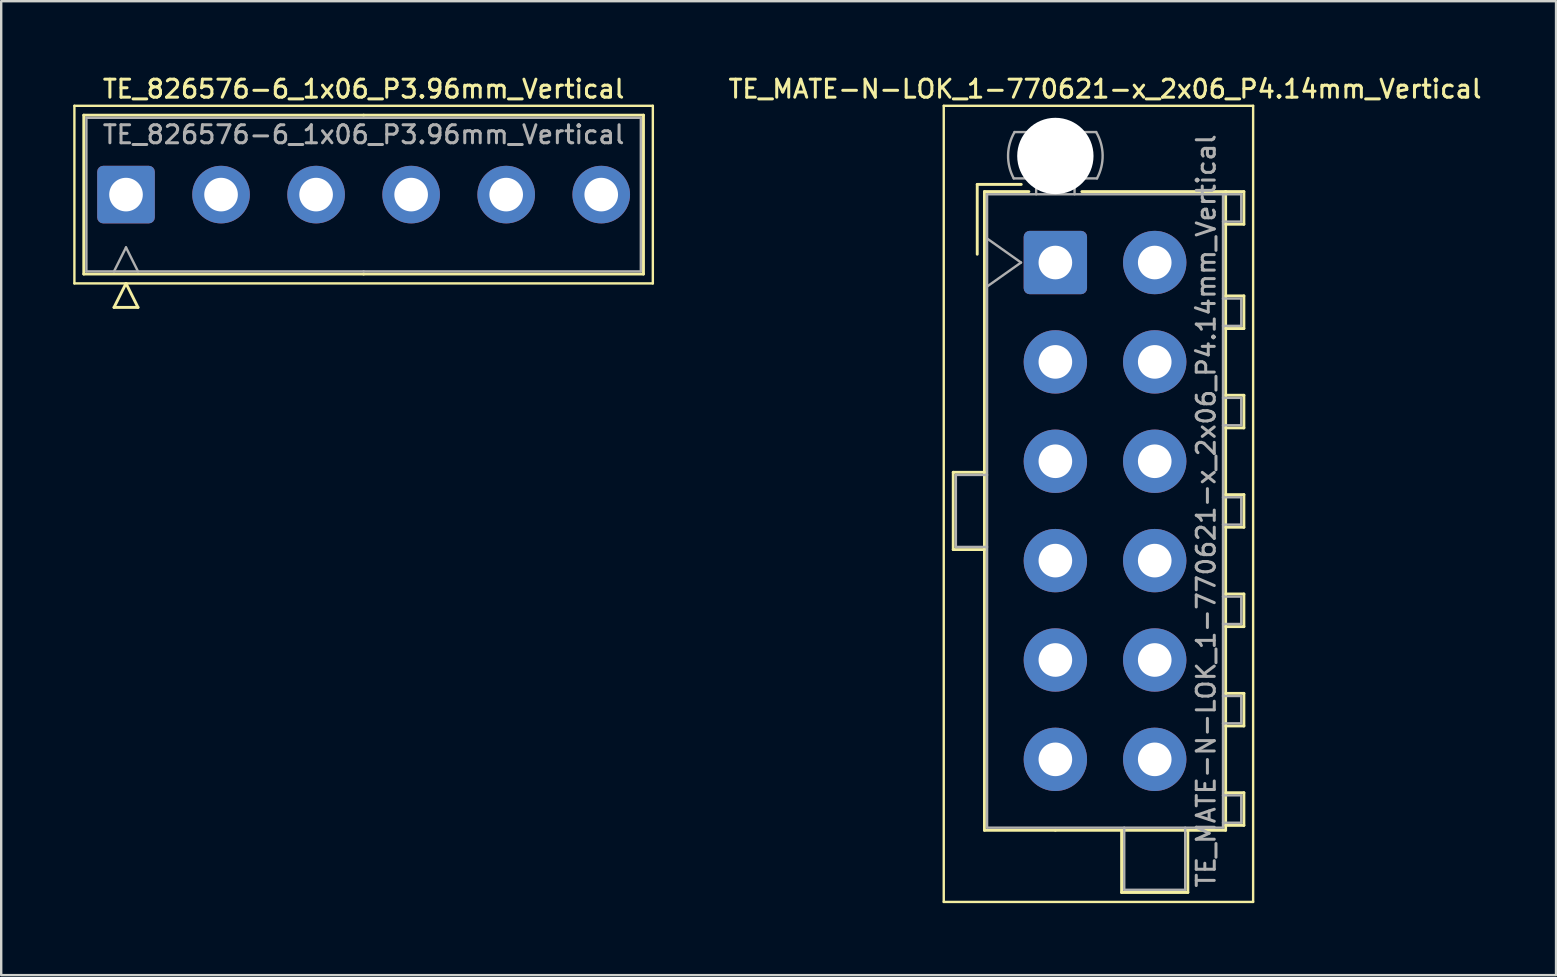
<source format=kicad_pcb>
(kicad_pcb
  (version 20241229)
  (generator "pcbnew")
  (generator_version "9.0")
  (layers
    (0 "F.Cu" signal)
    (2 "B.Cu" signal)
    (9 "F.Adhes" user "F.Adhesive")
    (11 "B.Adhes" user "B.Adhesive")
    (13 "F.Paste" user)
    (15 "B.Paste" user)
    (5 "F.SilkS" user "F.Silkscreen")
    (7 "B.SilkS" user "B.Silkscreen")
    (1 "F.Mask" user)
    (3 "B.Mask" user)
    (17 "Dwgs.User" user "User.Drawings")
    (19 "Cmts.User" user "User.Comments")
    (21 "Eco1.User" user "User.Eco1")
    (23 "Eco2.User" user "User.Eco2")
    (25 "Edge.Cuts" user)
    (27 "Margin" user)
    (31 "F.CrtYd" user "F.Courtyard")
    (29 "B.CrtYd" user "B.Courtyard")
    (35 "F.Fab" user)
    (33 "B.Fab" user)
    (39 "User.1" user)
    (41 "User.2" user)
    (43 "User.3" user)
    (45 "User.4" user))
  (footprint "TE_826576-6_1x06_P3.96mm_Vertical"
    (layer "F.Cu")
    (at 2.2 5.058)
    (property "Reference" "TE_826576-6_1x06_P3.96mm_Vertical" (at 9.9 -4.4 0) (layer "F.SilkS") (effects (font (size 0.75 0.75) (thickness 0.125))))
    (attr through_hole)
    (fp_line (start -2.15 -3.7) (end -2.15 3.7) (stroke (width 0.1) (type solid)) (layer "F.SilkS"))
    (fp_line (start -2.15 3.7) (end 21.95 3.7) (stroke (width 0.1) (type solid)) (layer "F.SilkS"))
    (fp_line (start -1.76 -3.31) (end -1.76 3.31) (stroke (width 0.12) (type solid)) (layer "F.SilkS"))
    (fp_line (start -1.76 3.31) (end 9.9 3.31) (stroke (width 0.12) (type solid)) (layer "F.SilkS"))
    (fp_line (start -0.5 4.7) (end 0 3.7) (stroke (width 0.12) (type solid)) (layer "F.SilkS"))
    (fp_line (start 0 3.7) (end 0.5 4.7) (stroke (width 0.12) (type solid)) (layer "F.SilkS"))
    (fp_line (start 0.5 4.7) (end -0.5 4.7) (stroke (width 0.12) (type solid)) (layer "F.SilkS"))
    (fp_line (start 9.9 -3.31) (end -1.76 -3.31) (stroke (width 0.12) (type solid)) (layer "F.SilkS"))
    (fp_line (start 9.9 -3.31) (end 21.56 -3.31) (stroke (width 0.12) (type solid)) (layer "F.SilkS"))
    (fp_line (start 21.56 -3.31) (end 21.56 3.31) (stroke (width 0.12) (type solid)) (layer "F.SilkS"))
    (fp_line (start 21.56 3.31) (end 9.9 3.31) (stroke (width 0.12) (type solid)) (layer "F.SilkS"))
    (fp_line (start 21.95 -3.7) (end -2.15 -3.7) (stroke (width 0.1) (type solid)) (layer "F.SilkS"))
    (fp_line (start 21.95 3.7) (end 21.95 -3.7) (stroke (width 0.1) (type solid)) (layer "F.SilkS"))
    (fp_line (start -1.65 -3.2) (end -1.65 3.2) (stroke (width 0.1) (type solid)) (layer "F.Fab"))
    (fp_line (start -1.65 3.2) (end 9.9 3.2) (stroke (width 0.1) (type solid)) (layer "F.Fab"))
    (fp_line (start -0.5 3.2) (end 0 2.2) (stroke (width 0.1) (type solid)) (layer "F.Fab"))
    (fp_line (start 0 2.2) (end 0.5 3.2) (stroke (width 0.1) (type solid)) (layer "F.Fab"))
    (fp_line (start 9.9 -3.2) (end -1.65 -3.2) (stroke (width 0.1) (type solid)) (layer "F.Fab"))
    (fp_line (start 9.9 -3.2) (end 21.45 -3.2) (stroke (width 0.1) (type solid)) (layer "F.Fab"))
    (fp_line (start 21.45 -3.2) (end 21.45 3.2) (stroke (width 0.1) (type solid)) (layer "F.Fab"))
    (fp_line (start 21.45 3.2) (end 9.9 3.2) (stroke (width 0.1) (type solid)) (layer "F.Fab"))
    (fp_text user "${REFERENCE}" (at 9.9 -2.5 0) (layer "F.Fab") (effects (font (size 0.75 0.75) (thickness 0.125))))
    (pad "1" thru_hole roundrect (at 0 0) (size 2.4 2.4) (drill 1.4) (layers "*.Cu" "*.Mask") (roundrect_rratio 0.104))
    (pad "2" thru_hole circle (at 3.96 0) (size 2.4 2.4) (drill 1.4) (layers "*.Cu" "*.Mask"))
    (pad "3" thru_hole circle (at 7.92 0) (size 2.4 2.4) (drill 1.4) (layers "*.Cu" "*.Mask"))
    (pad "4" thru_hole circle (at 11.88 0) (size 2.4 2.4) (drill 1.4) (layers "*.Cu" "*.Mask"))
    (pad "5" thru_hole circle (at 15.84 0) (size 2.4 2.4) (drill 1.4) (layers "*.Cu" "*.Mask"))
    (pad "6" thru_hole circle (at 19.8 0) (size 2.4 2.4) (drill 1.4) (layers "*.Cu" "*.Mask")))
  (footprint "TE_MATE-N-LOK_1-770621-x_2x06_P4.14mm_Vertical"
    (layer "F.Cu")
    (at 40.921 7.888)
    (property "Reference" "TE_MATE-N-LOK_1-770621-x_2x06_P4.14mm_Vertical" (at 2.07 -7.23 0) (layer "F.SilkS") (effects (font (size 0.75 0.75) (thickness 0.125))))
    (attr through_hole)
    (fp_line (start -4.65 -6.53) (end -4.65 26.64) (stroke (width 0.1) (type solid)) (layer "F.SilkS"))
    (fp_line (start -4.65 26.64) (end 8.24 26.64) (stroke (width 0.1) (type solid)) (layer "F.SilkS"))
    (fp_line (start -4.255 8.74) (end -4.255 11.96) (stroke (width 0.12) (type solid)) (layer "F.SilkS"))
    (fp_line (start -4.255 11.96) (end -2.955 11.96) (stroke (width 0.12) (type solid)) (layer "F.SilkS"))
    (fp_line (start -3.255 -3.255) (end -3.255 -0.345) (stroke (width 0.12) (type solid)) (layer "F.SilkS"))
    (fp_line (start -2.955 -2.955) (end -2.955 23.655) (stroke (width 0.12) (type solid)) (layer "F.SilkS"))
    (fp_line (start -2.955 8.74) (end -4.255 8.74) (stroke (width 0.12) (type solid)) (layer "F.SilkS"))
    (fp_line (start -2.955 23.655) (end 0 23.655) (stroke (width 0.12) (type solid)) (layer "F.SilkS"))
    (fp_line (start -1.421 -3.255) (end -3.255 -3.255) (stroke (width 0.12) (type solid)) (layer "F.SilkS"))
    (fp_line (start -1.103 -2.955) (end -2.955 -2.955) (stroke (width 0.12) (type solid)) (layer "F.SilkS"))
    (fp_line (start 1.103 -2.955) (end 7.095 -2.955) (stroke (width 0.12) (type solid)) (layer "F.SilkS"))
    (fp_line (start 2.76 23.655) (end 2.76 26.246) (stroke (width 0.12) (type solid)) (layer "F.SilkS"))
    (fp_line (start 2.76 26.246) (end 5.52 26.246) (stroke (width 0.12) (type solid)) (layer "F.SilkS"))
    (fp_line (start 5.52 26.246) (end 5.52 23.655) (stroke (width 0.12) (type solid)) (layer "F.SilkS"))
    (fp_line (start 7.095 -2.955) (end 7.095 23.655) (stroke (width 0.12) (type solid)) (layer "F.SilkS"))
    (fp_line (start 7.095 -2.955) (end 7.855 -2.955) (stroke (width 0.12) (type solid)) (layer "F.SilkS"))
    (fp_line (start 7.095 1.39) (end 7.855 1.39) (stroke (width 0.12) (type solid)) (layer "F.SilkS"))
    (fp_line (start 7.095 5.53) (end 7.855 5.53) (stroke (width 0.12) (type solid)) (layer "F.SilkS"))
    (fp_line (start 7.095 9.67) (end 7.855 9.67) (stroke (width 0.12) (type solid)) (layer "F.SilkS"))
    (fp_line (start 7.095 13.81) (end 7.855 13.81) (stroke (width 0.12) (type solid)) (layer "F.SilkS"))
    (fp_line (start 7.095 17.95) (end 7.855 17.95) (stroke (width 0.12) (type solid)) (layer "F.SilkS"))
    (fp_line (start 7.095 22.09) (end 7.855 22.09) (stroke (width 0.12) (type solid)) (layer "F.SilkS"))
    (fp_line (start 7.095 23.655) (end 0 23.655) (stroke (width 0.12) (type solid)) (layer "F.SilkS"))
    (fp_line (start 7.855 -2.955) (end 7.855 -1.595) (stroke (width 0.12) (type solid)) (layer "F.SilkS"))
    (fp_line (start 7.855 -1.595) (end 7.095 -1.595) (stroke (width 0.12) (type solid)) (layer "F.SilkS"))
    (fp_line (start 7.855 1.39) (end 7.855 2.75) (stroke (width 0.12) (type solid)) (layer "F.SilkS"))
    (fp_line (start 7.855 2.75) (end 7.095 2.75) (stroke (width 0.12) (type solid)) (layer "F.SilkS"))
    (fp_line (start 7.855 5.53) (end 7.855 6.89) (stroke (width 0.12) (type solid)) (layer "F.SilkS"))
    (fp_line (start 7.855 6.89) (end 7.095 6.89) (stroke (width 0.12) (type solid)) (layer "F.SilkS"))
    (fp_line (start 7.855 9.67) (end 7.855 11.03) (stroke (width 0.12) (type solid)) (layer "F.SilkS"))
    (fp_line (start 7.855 11.03) (end 7.095 11.03) (stroke (width 0.12) (type solid)) (layer "F.SilkS"))
    (fp_line (start 7.855 13.81) (end 7.855 15.17) (stroke (width 0.12) (type solid)) (layer "F.SilkS"))
    (fp_line (start 7.855 15.17) (end 7.095 15.17) (stroke (width 0.12) (type solid)) (layer "F.SilkS"))
    (fp_line (start 7.855 17.95) (end 7.855 19.31) (stroke (width 0.12) (type solid)) (layer "F.SilkS"))
    (fp_line (start 7.855 19.31) (end 7.095 19.31) (stroke (width 0.12) (type solid)) (layer "F.SilkS"))
    (fp_line (start 7.855 22.09) (end 7.855 23.45) (stroke (width 0.12) (type solid)) (layer "F.SilkS"))
    (fp_line (start 7.855 23.45) (end 7.095 23.45) (stroke (width 0.12) (type solid)) (layer "F.SilkS"))
    (fp_line (start 8.24 -6.53) (end -4.65 -6.53) (stroke (width 0.1) (type solid)) (layer "F.SilkS"))
    (fp_line (start 8.24 26.64) (end 8.24 -6.53) (stroke (width 0.1) (type solid)) (layer "F.SilkS"))
    (fp_line (start -4.145 8.85) (end -4.145 11.85) (stroke (width 0.1) (type solid)) (layer "F.Fab"))
    (fp_line (start -4.145 11.85) (end -2.845 11.85) (stroke (width 0.1) (type solid)) (layer "F.Fab"))
    (fp_line (start -2.845 -2.845) (end -2.845 23.545) (stroke (width 0.1) (type solid)) (layer "F.Fab"))
    (fp_line (start -2.845 -1) (end -1.431 0) (stroke (width 0.1) (type solid)) (layer "F.Fab"))
    (fp_line (start -2.845 8.85) (end -4.145 8.85) (stroke (width 0.1) (type solid)) (layer "F.Fab"))
    (fp_line (start -2.845 23.545) (end 6.985 23.545) (stroke (width 0.1) (type solid)) (layer "F.Fab"))
    (fp_line (start -1.431 0) (end -2.845 1) (stroke (width 0.1) (type solid)) (layer "F.Fab"))
    (fp_line (start -0.8 -2.845) (end -0.8 -3.505) (stroke (width 0.1) (type solid)) (layer "F.Fab"))
    (fp_line (start 0.8 -2.845) (end 0.8 -3.505) (stroke (width 0.1) (type solid)) (layer "F.Fab"))
    (fp_line (start 1.7 -5.436) (end -1.7 -5.436) (stroke (width 0.1) (type solid)) (layer "F.Fab"))
    (fp_line (start 1.734 -3.505) (end -1.734 -3.505) (stroke (width 0.1) (type solid)) (layer "F.Fab"))
    (fp_line (start 2.87 23.545) (end 2.87 26.136) (stroke (width 0.1) (type solid)) (layer "F.Fab"))
    (fp_line (start 2.87 26.136) (end 5.41 26.136) (stroke (width 0.1) (type solid)) (layer "F.Fab"))
    (fp_line (start 5.41 26.136) (end 5.41 23.545) (stroke (width 0.1) (type solid)) (layer "F.Fab"))
    (fp_line (start 6.985 -2.845) (end -2.845 -2.845) (stroke (width 0.1) (type solid)) (layer "F.Fab"))
    (fp_line (start 6.985 -2.845) (end 7.745 -2.845) (stroke (width 0.1) (type solid)) (layer "F.Fab"))
    (fp_line (start 6.985 1.5) (end 7.745 1.5) (stroke (width 0.1) (type solid)) (layer "F.Fab"))
    (fp_line (start 6.985 5.64) (end 7.745 5.64) (stroke (width 0.1) (type solid)) (layer "F.Fab"))
    (fp_line (start 6.985 9.78) (end 7.745 9.78) (stroke (width 0.1) (type solid)) (layer "F.Fab"))
    (fp_line (start 6.985 13.92) (end 7.745 13.92) (stroke (width 0.1) (type solid)) (layer "F.Fab"))
    (fp_line (start 6.985 18.06) (end 7.745 18.06) (stroke (width 0.1) (type solid)) (layer "F.Fab"))
    (fp_line (start 6.985 22.2) (end 7.745 22.2) (stroke (width 0.1) (type solid)) (layer "F.Fab"))
    (fp_line (start 6.985 23.545) (end 6.985 -2.845) (stroke (width 0.1) (type solid)) (layer "F.Fab"))
    (fp_line (start 7.745 -2.845) (end 7.745 -1.705) (stroke (width 0.1) (type solid)) (layer "F.Fab"))
    (fp_line (start 7.745 -1.705) (end 6.985 -1.705) (stroke (width 0.1) (type solid)) (layer "F.Fab"))
    (fp_line (start 7.745 1.5) (end 7.745 2.64) (stroke (width 0.1) (type solid)) (layer "F.Fab"))
    (fp_line (start 7.745 2.64) (end 6.985 2.64) (stroke (width 0.1) (type solid)) (layer "F.Fab"))
    (fp_line (start 7.745 5.64) (end 7.745 6.78) (stroke (width 0.1) (type solid)) (layer "F.Fab"))
    (fp_line (start 7.745 6.78) (end 6.985 6.78) (stroke (width 0.1) (type solid)) (layer "F.Fab"))
    (fp_line (start 7.745 9.78) (end 7.745 10.92) (stroke (width 0.1) (type solid)) (layer "F.Fab"))
    (fp_line (start 7.745 10.92) (end 6.985 10.92) (stroke (width 0.1) (type solid)) (layer "F.Fab"))
    (fp_line (start 7.745 13.92) (end 7.745 15.06) (stroke (width 0.1) (type solid)) (layer "F.Fab"))
    (fp_line (start 7.745 15.06) (end 6.985 15.06) (stroke (width 0.1) (type solid)) (layer "F.Fab"))
    (fp_line (start 7.745 18.06) (end 7.745 19.2) (stroke (width 0.1) (type solid)) (layer "F.Fab"))
    (fp_line (start 7.745 19.2) (end 6.985 19.2) (stroke (width 0.1) (type solid)) (layer "F.Fab"))
    (fp_line (start 7.745 22.2) (end 7.745 23.34) (stroke (width 0.1) (type solid)) (layer "F.Fab"))
    (fp_line (start 7.745 23.34) (end 6.985 23.34) (stroke (width 0.1) (type solid)) (layer "F.Fab"))
    (fp_arc (start -1.733977 -3.505) (mid -1.96969 -4.474992) (end -1.699672 -5.436) (stroke (width 0.1) (type solid)) (layer "F.Fab"))
    (fp_arc (start 1.699672 -5.436) (mid 1.969689 -4.474992) (end 1.733977 -3.505) (stroke (width 0.1) (type solid)) (layer "F.Fab"))
    (fp_text user "${REFERENCE}" (at 6.28 10.35 90) (layer "F.Fab") (effects (font (size 0.75 0.75) (thickness 0.125))))
    (pad "" np_thru_hole circle (at 0 -4.44) (size 3.18 3.18) (drill 3.18) (layers "*.Cu" "*.Mask"))
    (pad "1" thru_hole roundrect (at 0 0) (size 2.64 2.64) (drill 1.4) (layers "*.Cu" "*.Mask") (roundrect_rratio 0.095))
    (pad "2" thru_hole circle (at 0 4.14) (size 2.64 2.64) (drill 1.4) (layers "*.Cu" "*.Mask"))
    (pad "3" thru_hole circle (at 0 8.28) (size 2.64 2.64) (drill 1.4) (layers "*.Cu" "*.Mask"))
    (pad "4" thru_hole circle (at 0 12.42) (size 2.64 2.64) (drill 1.4) (layers "*.Cu" "*.Mask"))
    (pad "5" thru_hole circle (at 0 16.56) (size 2.64 2.64) (drill 1.4) (layers "*.Cu" "*.Mask"))
    (pad "6" thru_hole circle (at 0 20.7) (size 2.64 2.64) (drill 1.4) (layers "*.Cu" "*.Mask"))
    (pad "7" thru_hole circle (at 4.14 0) (size 2.64 2.64) (drill 1.4) (layers "*.Cu" "*.Mask"))
    (pad "8" thru_hole circle (at 4.14 4.14) (size 2.64 2.64) (drill 1.4) (layers "*.Cu" "*.Mask"))
    (pad "9" thru_hole circle (at 4.14 8.28) (size 2.64 2.64) (drill 1.4) (layers "*.Cu" "*.Mask"))
    (pad "10" thru_hole circle (at 4.14 12.42) (size 2.64 2.64) (drill 1.4) (layers "*.Cu" "*.Mask"))
    (pad "11" thru_hole circle (at 4.14 16.56) (size 2.64 2.64) (drill 1.4) (layers "*.Cu" "*.Mask"))
    (pad "12" thru_hole circle (at 4.14 20.7) (size 2.64 2.64) (drill 1.4) (layers "*.Cu" "*.Mask")))
  (gr_rect
    (start -3 -3)
    (end 61.782 37.578)
    (stroke (width 0.1) (type default))
    (fill no)
    (layer "Edge.Cuts")))
</source>
